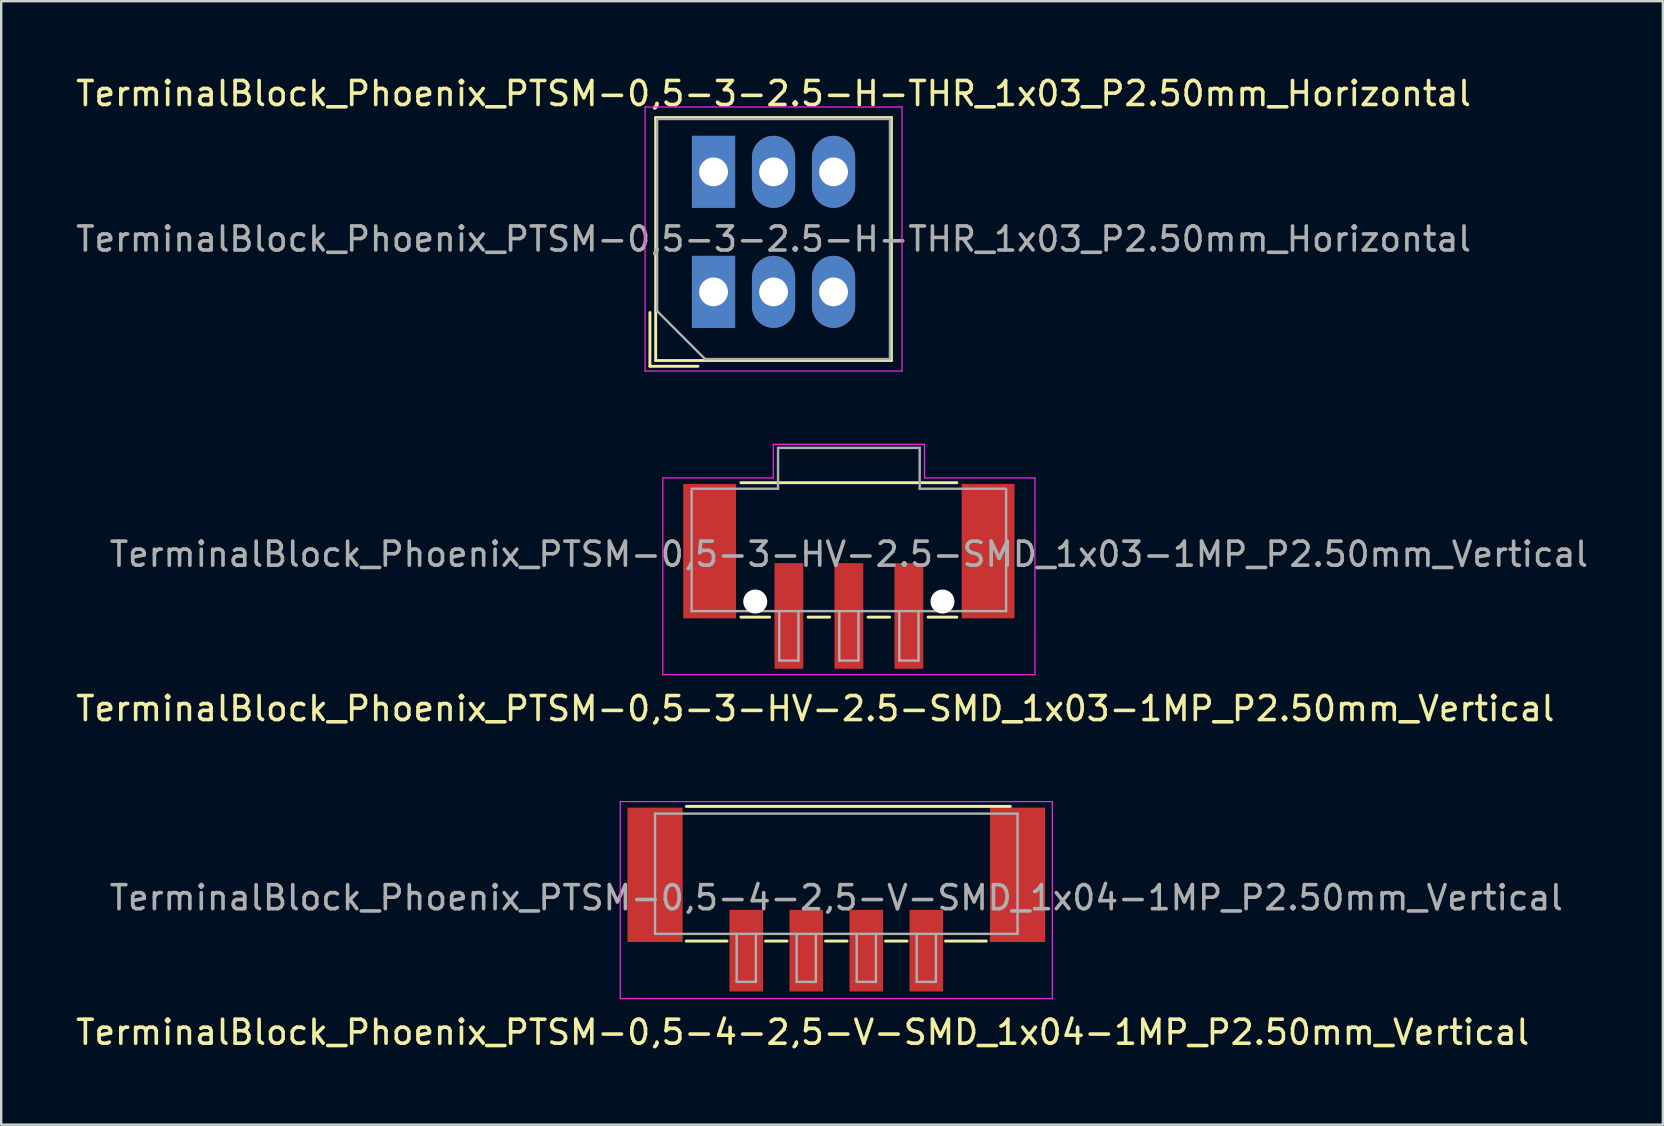
<source format=kicad_pcb>
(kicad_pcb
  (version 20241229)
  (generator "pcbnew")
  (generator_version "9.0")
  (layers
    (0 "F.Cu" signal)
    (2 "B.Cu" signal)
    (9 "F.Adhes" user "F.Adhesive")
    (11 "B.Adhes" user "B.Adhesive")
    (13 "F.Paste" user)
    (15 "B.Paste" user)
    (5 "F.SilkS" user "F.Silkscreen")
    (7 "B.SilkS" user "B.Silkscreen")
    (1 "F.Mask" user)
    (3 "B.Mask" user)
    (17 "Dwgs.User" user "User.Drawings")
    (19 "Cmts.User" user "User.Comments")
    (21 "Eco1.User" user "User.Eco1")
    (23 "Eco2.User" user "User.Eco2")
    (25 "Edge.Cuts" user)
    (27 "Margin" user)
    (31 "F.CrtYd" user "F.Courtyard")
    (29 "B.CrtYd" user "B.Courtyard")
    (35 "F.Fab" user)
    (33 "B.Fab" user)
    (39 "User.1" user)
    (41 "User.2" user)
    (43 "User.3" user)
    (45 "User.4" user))
  (footprint "TerminalBlock_Phoenix_PTSM-0,5-4-2,5-V-SMD_1x04-1MP_P2.50mm_Vertical"
    (layer "F.Cu")
    (at 31.787 34.422)
    (property "Reference" "TerminalBlock_Phoenix_PTSM-0,5-4-2,5-V-SMD_1x04-1MP_P2.50mm_Vertical" (at -1.4 5.53 0) (layer "F.SilkS") (effects (font (size 1 1) (thickness 0.15))))
    (attr smd)
    (fp_line (start -6.25 -3.88) (end 7.25 -3.88) (stroke (width 0.12) (type solid)) (layer "F.SilkS"))
    (fp_line (start -4.55 1.73) (end -6.25 1.73) (stroke (width 0.12) (type solid)) (layer "F.SilkS"))
    (fp_line (start -2.05 1.73) (end -2.95 1.73) (stroke (width 0.12) (type solid)) (layer "F.SilkS"))
    (fp_line (start 0.45 1.73) (end -0.45 1.73) (stroke (width 0.12) (type solid)) (layer "F.SilkS"))
    (fp_line (start 2.95 1.73) (end 2.05 1.73) (stroke (width 0.12) (type solid)) (layer "F.SilkS"))
    (fp_line (start 6.25 1.73) (end 4.55 1.73) (stroke (width 0.12) (type solid)) (layer "F.SilkS"))
    (fp_line (start -9 -4.08) (end 9 -4.08) (stroke (width 0.05) (type solid)) (layer "F.CrtYd"))
    (fp_line (start -9 4.13) (end -9 -4.08) (stroke (width 0.05) (type solid)) (layer "F.CrtYd"))
    (fp_line (start 9 -4.08) (end 9 4.13) (stroke (width 0.05) (type solid)) (layer "F.CrtYd"))
    (fp_line (start 9 4.13) (end -9 4.13) (stroke (width 0.05) (type solid)) (layer "F.CrtYd"))
    (fp_line (start -7.55 -3.58) (end 7.55 -3.58) (stroke (width 0.1) (type solid)) (layer "F.Fab"))
    (fp_line (start -7.55 1.43) (end -7.55 -3.58) (stroke (width 0.1) (type solid)) (layer "F.Fab"))
    (fp_line (start -4.15 1.43) (end -4.15 3.43) (stroke (width 0.1) (type solid)) (layer "F.Fab"))
    (fp_line (start -4.15 3.43) (end -3.35 3.43) (stroke (width 0.1) (type solid)) (layer "F.Fab"))
    (fp_line (start -3.35 1.43) (end -3.35 3.43) (stroke (width 0.1) (type solid)) (layer "F.Fab"))
    (fp_line (start -1.65 1.43) (end -1.65 3.43) (stroke (width 0.1) (type solid)) (layer "F.Fab"))
    (fp_line (start -1.65 3.43) (end -0.85 3.43) (stroke (width 0.1) (type solid)) (layer "F.Fab"))
    (fp_line (start -0.85 1.43) (end -0.85 3.43) (stroke (width 0.1) (type solid)) (layer "F.Fab"))
    (fp_line (start 0.85 1.43) (end 0.85 3.43) (stroke (width 0.1) (type solid)) (layer "F.Fab"))
    (fp_line (start 0.85 3.43) (end 1.65 3.43) (stroke (width 0.1) (type solid)) (layer "F.Fab"))
    (fp_line (start 1.65 1.43) (end 1.65 3.43) (stroke (width 0.1) (type solid)) (layer "F.Fab"))
    (fp_line (start 3.35 1.43) (end 3.35 3.43) (stroke (width 0.1) (type solid)) (layer "F.Fab"))
    (fp_line (start 3.35 3.43) (end 4.15 3.43) (stroke (width 0.1) (type solid)) (layer "F.Fab"))
    (fp_line (start 4.15 1.43) (end 4.15 3.43) (stroke (width 0.1) (type solid)) (layer "F.Fab"))
    (fp_line (start 7.55 1.43) (end -7.55 1.43) (stroke (width 0.1) (type solid)) (layer "F.Fab"))
    (fp_line (start 7.55 1.43) (end 7.55 -3.58) (stroke (width 0.1) (type solid)) (layer "F.Fab"))
    (fp_text user "${REFERENCE}" (at 0 -0.075 0) (layer "F.Fab") (effects (font (size 1 1) (thickness 0.15))))
    (pad "1" smd rect (at -3.75 2.13 180) (size 1.4 3.4) (layers "F.Cu" "F.Mask" "F.Paste"))
    (pad "2" smd rect (at -1.25 2.13 180) (size 1.4 3.4) (layers "F.Cu" "F.Mask" "F.Paste"))
    (pad "3" smd rect (at 1.25 2.13 180) (size 1.4 3.4) (layers "F.Cu" "F.Mask" "F.Paste"))
    (pad "4" smd rect (at 3.75 2.13 180) (size 1.4 3.4) (layers "F.Cu" "F.Mask" "F.Paste"))
    (pad "MP" smd rect (at -7.55 -1.03 180) (size 2.3 5.6) (layers "F.Cu" "F.Mask" "F.Paste"))
    (pad "MP" smd rect (at 7.55 -1.03 180) (size 2.3 5.6) (layers "F.Cu" "F.Mask" "F.Paste")))
  (footprint "TerminalBlock_Phoenix_PTSM-0,5-3-2.5-H-THR_1x03_P2.50mm_Horizontal"
    (layer "F.Cu")
    (at 26.673 9.108)
    (property "Reference" "TerminalBlock_Phoenix_PTSM-0,5-3-2.5-H-THR_1x03_P2.50mm_Horizontal" (at 2.5 -8.26 0) (layer "F.SilkS") (effects (font (size 1 1) (thickness 0.15))))
    (attr through_hole)
    (fp_line (start -2.65 0.86) (end -2.65 3.1) (stroke (width 0.12) (type solid)) (layer "F.SilkS"))
    (fp_line (start -2.65 3.1) (end -0.65 3.1) (stroke (width 0.12) (type solid)) (layer "F.SilkS"))
    (fp_line (start -2.41 -7.26) (end -2.41 2.86) (stroke (width 0.12) (type solid)) (layer "F.SilkS"))
    (fp_line (start -2.41 -7.26) (end 7.41 -7.26) (stroke (width 0.12) (type solid)) (layer "F.SilkS"))
    (fp_line (start -2.41 2.86) (end 7.41 2.86) (stroke (width 0.12) (type solid)) (layer "F.SilkS"))
    (fp_line (start 7.41 -7.26) (end 7.41 2.86) (stroke (width 0.12) (type solid)) (layer "F.SilkS"))
    (fp_line (start -2.85 -7.7) (end -2.85 3.3) (stroke (width 0.05) (type solid)) (layer "F.CrtYd"))
    (fp_line (start -2.85 3.3) (end 7.85 3.3) (stroke (width 0.05) (type solid)) (layer "F.CrtYd"))
    (fp_line (start 7.85 -7.7) (end -2.85 -7.7) (stroke (width 0.05) (type solid)) (layer "F.CrtYd"))
    (fp_line (start 7.85 3.3) (end 7.85 -7.7) (stroke (width 0.05) (type solid)) (layer "F.CrtYd"))
    (fp_line (start -2.35 -7.2) (end 7.35 -7.2) (stroke (width 0.1) (type solid)) (layer "F.Fab"))
    (fp_line (start -2.35 0.8) (end -2.35 -7.2) (stroke (width 0.1) (type solid)) (layer "F.Fab"))
    (fp_line (start -0.35 2.8) (end -2.35 0.8) (stroke (width 0.1) (type solid)) (layer "F.Fab"))
    (fp_line (start 7.35 -7.2) (end 7.35 2.8) (stroke (width 0.1) (type solid)) (layer "F.Fab"))
    (fp_line (start 7.35 2.8) (end -0.35 2.8) (stroke (width 0.1) (type solid)) (layer "F.Fab"))
    (fp_text user "${REFERENCE}" (at 2.5 -2.2 0) (layer "F.Fab") (effects (font (size 1 1) (thickness 0.15))))
    (pad "1" thru_hole rect (at 0 -5) (size 1.8 3) (drill 1.2) (layers "*.Cu" "*.Mask"))
    (pad "1" thru_hole rect (at 0 0) (size 1.8 3) (drill 1.2) (layers "*.Cu" "*.Mask"))
    (pad "2" thru_hole oval (at 2.5 -5) (size 1.8 3) (drill 1.2) (layers "*.Cu" "*.Mask"))
    (pad "2" thru_hole oval (at 2.5 0) (size 1.8 3) (drill 1.2) (layers "*.Cu" "*.Mask"))
    (pad "3" thru_hole oval (at 5 -5) (size 1.8 3) (drill 1.2) (layers "*.Cu" "*.Mask"))
    (pad "3" thru_hole oval (at 5 0) (size 1.8 3) (drill 1.2) (layers "*.Cu" "*.Mask")))
  (footprint "TerminalBlock_Phoenix_PTSM-0,5-3-HV-2.5-SMD_1x03-1MP_P2.50mm_Vertical"
    (layer "F.Cu")
    (at 32.311 20.958)
    (property "Reference" "TerminalBlock_Phoenix_PTSM-0,5-3-HV-2.5-SMD_1x03-1MP_P2.50mm_Vertical" (at -1.4 5.51 0) (layer "F.SilkS") (effects (font (size 1 1) (thickness 0.15))))
    (attr smd)
    (fp_line (start -4.5 -3.9) (end 4.5 -3.9) (stroke (width 0.12) (type solid)) (layer "F.SilkS"))
    (fp_line (start -3.3 1.7) (end -4.5 1.7) (stroke (width 0.12) (type solid)) (layer "F.SilkS"))
    (fp_line (start -0.8 1.7) (end -1.7 1.7) (stroke (width 0.12) (type solid)) (layer "F.SilkS"))
    (fp_line (start 1.7 1.7) (end 0.8 1.7) (stroke (width 0.12) (type solid)) (layer "F.SilkS"))
    (fp_line (start 4.5 1.7) (end 3.3 1.7) (stroke (width 0.12) (type solid)) (layer "F.SilkS"))
    (fp_line (start -7.75 -4.1) (end -3.15 -4.1) (stroke (width 0.05) (type solid)) (layer "F.CrtYd"))
    (fp_line (start -7.75 4.1) (end -7.75 -4.1) (stroke (width 0.05) (type solid)) (layer "F.CrtYd"))
    (fp_line (start -3.15 -5.5) (end 3.15 -5.5) (stroke (width 0.05) (type solid)) (layer "F.CrtYd"))
    (fp_line (start -3.15 -4.1) (end -3.15 -5.5) (stroke (width 0.05) (type solid)) (layer "F.CrtYd"))
    (fp_line (start 3.15 -4.1) (end 3.15 -5.5) (stroke (width 0.05) (type solid)) (layer "F.CrtYd"))
    (fp_line (start 7.75 -4.1) (end 3.15 -4.1) (stroke (width 0.05) (type solid)) (layer "F.CrtYd"))
    (fp_line (start 7.75 -4.1) (end 7.75 4.1) (stroke (width 0.05) (type solid)) (layer "F.CrtYd"))
    (fp_line (start 7.75 4.1) (end -7.75 4.1) (stroke (width 0.05) (type solid)) (layer "F.CrtYd"))
    (fp_line (start -6.55 -3.65) (end -2.95 -3.65) (stroke (width 0.1) (type solid)) (layer "F.Fab"))
    (fp_line (start -6.55 1.45) (end -6.55 -3.55) (stroke (width 0.1) (type solid)) (layer "F.Fab"))
    (fp_line (start -2.95 -5.35) (end 2.95 -5.35) (stroke (width 0.1) (type solid)) (layer "F.Fab"))
    (fp_line (start -2.95 -3.65) (end -2.95 -5.35) (stroke (width 0.1) (type solid)) (layer "F.Fab"))
    (fp_line (start -2.9 1.45) (end -2.9 3.51) (stroke (width 0.1) (type solid)) (layer "F.Fab"))
    (fp_line (start -2.9 3.51) (end -2.1 3.51) (stroke (width 0.1) (type solid)) (layer "F.Fab"))
    (fp_line (start -2.1 1.45) (end -2.1 3.51) (stroke (width 0.1) (type solid)) (layer "F.Fab"))
    (fp_line (start -0.4 1.45) (end -0.4 3.51) (stroke (width 0.1) (type solid)) (layer "F.Fab"))
    (fp_line (start -0.4 3.51) (end 0.4 3.51) (stroke (width 0.1) (type solid)) (layer "F.Fab"))
    (fp_line (start 0.4 1.45) (end 0.4 3.51) (stroke (width 0.1) (type solid)) (layer "F.Fab"))
    (fp_line (start 2.1 1.45) (end 2.1 3.51) (stroke (width 0.1) (type solid)) (layer "F.Fab"))
    (fp_line (start 2.1 3.51) (end 2.9 3.51) (stroke (width 0.1) (type solid)) (layer "F.Fab"))
    (fp_line (start 2.9 1.45) (end 2.9 3.51) (stroke (width 0.1) (type solid)) (layer "F.Fab"))
    (fp_line (start 2.95 -5.35) (end 2.95 -3.65) (stroke (width 0.1) (type solid)) (layer "F.Fab"))
    (fp_line (start 2.95 -3.65) (end 6.55 -3.65) (stroke (width 0.1) (type solid)) (layer "F.Fab"))
    (fp_line (start 6.55 1.45) (end -6.55 1.45) (stroke (width 0.1) (type solid)) (layer "F.Fab"))
    (fp_line (start 6.55 1.45) (end 6.55 -3.6) (stroke (width 0.1) (type solid)) (layer "F.Fab"))
    (fp_text user "${REFERENCE}" (at 0 -0.92 0) (layer "F.Fab") (effects (font (size 1 1) (thickness 0.15))))
    (pad "" np_thru_hole circle (at -3.9 1.05) (size 1 1) (drill 1) (layers "*.Cu" "*.Mask"))
    (pad "" np_thru_hole circle (at 3.9 1.05) (size 1 1) (drill 1) (layers "*.Cu" "*.Mask"))
    (pad "1" smd rect (at -2.5 1.65 180) (size 1.2 4.4) (layers "F.Cu" "F.Mask" "F.Paste"))
    (pad "2" smd rect (at 0 1.65 180) (size 1.2 4.4) (layers "F.Cu" "F.Mask" "F.Paste"))
    (pad "3" smd rect (at 2.5 1.65 180) (size 1.2 4.4) (layers "F.Cu" "F.Mask" "F.Paste"))
    (pad "MP" smd rect (at -5.8 -1.05 180) (size 2.2 5.6) (layers "F.Cu" "F.Mask" "F.Paste"))
    (pad "MP" smd rect (at 5.8 -1.05 180) (size 2.2 5.6) (layers "F.Cu" "F.Mask" "F.Paste")))
  (gr_rect
    (start -3 -3)
    (end 66.221 43.8)
    (stroke (width 0.1) (type default))
    (fill no)
    (layer "Edge.Cuts")))
</source>
